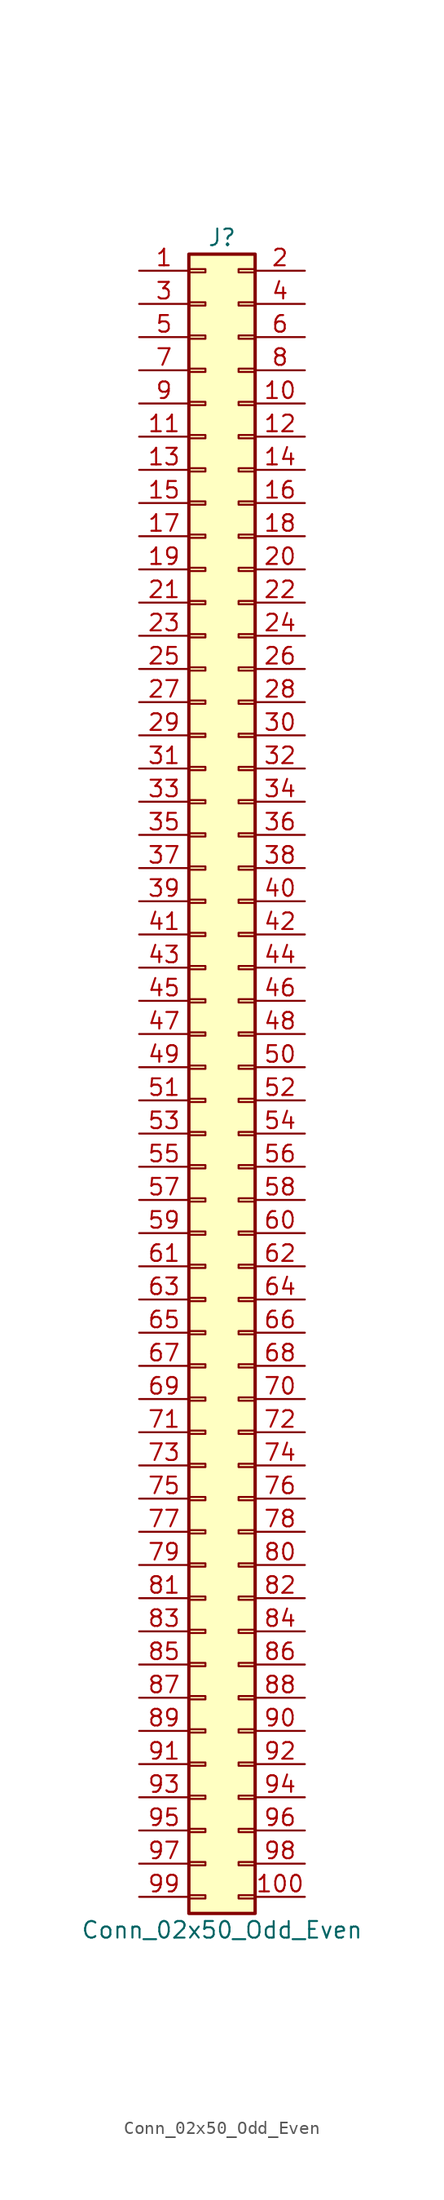
<source format=kicad_sym>
(kicad_symbol_lib
  (version 20231120)
  (generator "kicad_symbol_editor")
  (generator_version "8.0")
  (symbol "Conn_02x50_Odd_Even"
    (pin_names
      (offset 1.016) hide)
    (property "Reference" "J"
      (at 1.27 63.5 0)
      (effects (font (size 1.27 1.27))))
    (property "Value" "Conn_02x50_Odd_Even"
      (at 1.27 -66.04 0)
      (effects (font (size 1.27 1.27))))
    (property "ki_locked" ""
      (at 0 0 0)
      (effects (font (size 1.27 1.27))))
    (symbol "Conn_02x50_Odd_Even_1_1"
      (rectangle (start -1.27 -63.373) (end 0 -63.627) (stroke (width 0.152) (type default)) (fill (type none)))
      (rectangle (start -1.27 -60.833) (end 0 -61.087) (stroke (width 0.152) (type default)) (fill (type none)))
      (rectangle (start -1.27 -58.293) (end 0 -58.547) (stroke (width 0.152) (type default)) (fill (type none)))
      (rectangle (start -1.27 -55.753) (end 0 -56.007) (stroke (width 0.152) (type default)) (fill (type none)))
      (rectangle (start -1.27 -53.213) (end 0 -53.467) (stroke (width 0.152) (type default)) (fill (type none)))
      (rectangle (start -1.27 -50.673) (end 0 -50.927) (stroke (width 0.152) (type default)) (fill (type none)))
      (rectangle (start -1.27 -48.133) (end 0 -48.387) (stroke (width 0.152) (type default)) (fill (type none)))
      (rectangle (start -1.27 -45.593) (end 0 -45.847) (stroke (width 0.152) (type default)) (fill (type none)))
      (rectangle (start -1.27 -43.053) (end 0 -43.307) (stroke (width 0.152) (type default)) (fill (type none)))
      (rectangle (start -1.27 -40.513) (end 0 -40.767) (stroke (width 0.152) (type default)) (fill (type none)))
      (rectangle (start -1.27 -37.973) (end 0 -38.227) (stroke (width 0.152) (type default)) (fill (type none)))
      (rectangle (start -1.27 -35.433) (end 0 -35.687) (stroke (width 0.152) (type default)) (fill (type none)))
      (rectangle (start -1.27 -32.893) (end 0 -33.147) (stroke (width 0.152) (type default)) (fill (type none)))
      (rectangle (start -1.27 -30.353) (end 0 -30.607) (stroke (width 0.152) (type default)) (fill (type none)))
      (rectangle (start -1.27 -27.813) (end 0 -28.067) (stroke (width 0.152) (type default)) (fill (type none)))
      (rectangle (start -1.27 -25.273) (end 0 -25.527) (stroke (width 0.152) (type default)) (fill (type none)))
      (rectangle (start -1.27 -22.733) (end 0 -22.987) (stroke (width 0.152) (type default)) (fill (type none)))
      (rectangle (start -1.27 -20.193) (end 0 -20.447) (stroke (width 0.152) (type default)) (fill (type none)))
      (rectangle (start -1.27 -17.653) (end 0 -17.907) (stroke (width 0.152) (type default)) (fill (type none)))
      (rectangle (start -1.27 -15.113) (end 0 -15.367) (stroke (width 0.152) (type default)) (fill (type none)))
      (rectangle (start -1.27 -12.573) (end 0 -12.827) (stroke (width 0.152) (type default)) (fill (type none)))
      (rectangle (start -1.27 -10.033) (end 0 -10.287) (stroke (width 0.152) (type default)) (fill (type none)))
      (rectangle (start -1.27 -7.493) (end 0 -7.747) (stroke (width 0.152) (type default)) (fill (type none)))
      (rectangle (start -1.27 -4.953) (end 0 -5.207) (stroke (width 0.152) (type default)) (fill (type none)))
      (rectangle (start -1.27 -2.413) (end 0 -2.667) (stroke (width 0.152) (type default)) (fill (type none)))
      (rectangle (start -1.27 0.127) (end 0 -0.127) (stroke (width 0.152) (type default)) (fill (type none)))
      (rectangle (start -1.27 2.667) (end 0 2.413) (stroke (width 0.152) (type default)) (fill (type none)))
      (rectangle (start -1.27 5.207) (end 0 4.953) (stroke (width 0.152) (type default)) (fill (type none)))
      (rectangle (start -1.27 7.747) (end 0 7.493) (stroke (width 0.152) (type default)) (fill (type none)))
      (rectangle (start -1.27 10.287) (end 0 10.033) (stroke (width 0.152) (type default)) (fill (type none)))
      (rectangle (start -1.27 12.827) (end 0 12.573) (stroke (width 0.152) (type default)) (fill (type none)))
      (rectangle (start -1.27 15.367) (end 0 15.113) (stroke (width 0.152) (type default)) (fill (type none)))
      (rectangle (start -1.27 17.907) (end 0 17.653) (stroke (width 0.152) (type default)) (fill (type none)))
      (rectangle (start -1.27 20.447) (end 0 20.193) (stroke (width 0.152) (type default)) (fill (type none)))
      (rectangle (start -1.27 22.987) (end 0 22.733) (stroke (width 0.152) (type default)) (fill (type none)))
      (rectangle (start -1.27 25.527) (end 0 25.273) (stroke (width 0.152) (type default)) (fill (type none)))
      (rectangle (start -1.27 28.067) (end 0 27.813) (stroke (width 0.152) (type default)) (fill (type none)))
      (rectangle (start -1.27 30.607) (end 0 30.353) (stroke (width 0.152) (type default)) (fill (type none)))
      (rectangle (start -1.27 33.147) (end 0 32.893) (stroke (width 0.152) (type default)) (fill (type none)))
      (rectangle (start -1.27 35.687) (end 0 35.433) (stroke (width 0.152) (type default)) (fill (type none)))
      (rectangle (start -1.27 38.227) (end 0 37.973) (stroke (width 0.152) (type default)) (fill (type none)))
      (rectangle (start -1.27 40.767) (end 0 40.513) (stroke (width 0.152) (type default)) (fill (type none)))
      (rectangle (start -1.27 43.307) (end 0 43.053) (stroke (width 0.152) (type default)) (fill (type none)))
      (rectangle (start -1.27 45.847) (end 0 45.593) (stroke (width 0.152) (type default)) (fill (type none)))
      (rectangle (start -1.27 48.387) (end 0 48.133) (stroke (width 0.152) (type default)) (fill (type none)))
      (rectangle (start -1.27 50.927) (end 0 50.673) (stroke (width 0.152) (type default)) (fill (type none)))
      (rectangle (start -1.27 53.467) (end 0 53.213) (stroke (width 0.152) (type default)) (fill (type none)))
      (rectangle (start -1.27 56.007) (end 0 55.753) (stroke (width 0.152) (type default)) (fill (type none)))
      (rectangle (start -1.27 58.547) (end 0 58.293) (stroke (width 0.152) (type default)) (fill (type none)))
      (rectangle (start -1.27 61.087) (end 0 60.833) (stroke (width 0.152) (type default)) (fill (type none)))
      (rectangle (start -1.27 62.23) (end 3.81 -64.77) (stroke (width 0.254) (type default)) (fill (type background)))
      (rectangle (start 3.81 -63.373) (end 2.54 -63.627) (stroke (width 0.152) (type default)) (fill (type none)))
      (rectangle (start 3.81 -60.833) (end 2.54 -61.087) (stroke (width 0.152) (type default)) (fill (type none)))
      (rectangle (start 3.81 -58.293) (end 2.54 -58.547) (stroke (width 0.152) (type default)) (fill (type none)))
      (rectangle (start 3.81 -55.753) (end 2.54 -56.007) (stroke (width 0.152) (type default)) (fill (type none)))
      (rectangle (start 3.81 -53.213) (end 2.54 -53.467) (stroke (width 0.152) (type default)) (fill (type none)))
      (rectangle (start 3.81 -50.673) (end 2.54 -50.927) (stroke (width 0.152) (type default)) (fill (type none)))
      (rectangle (start 3.81 -48.133) (end 2.54 -48.387) (stroke (width 0.152) (type default)) (fill (type none)))
      (rectangle (start 3.81 -45.593) (end 2.54 -45.847) (stroke (width 0.152) (type default)) (fill (type none)))
      (rectangle (start 3.81 -43.053) (end 2.54 -43.307) (stroke (width 0.152) (type default)) (fill (type none)))
      (rectangle (start 3.81 -40.513) (end 2.54 -40.767) (stroke (width 0.152) (type default)) (fill (type none)))
      (rectangle (start 3.81 -37.973) (end 2.54 -38.227) (stroke (width 0.152) (type default)) (fill (type none)))
      (rectangle (start 3.81 -35.433) (end 2.54 -35.687) (stroke (width 0.152) (type default)) (fill (type none)))
      (rectangle (start 3.81 -32.893) (end 2.54 -33.147) (stroke (width 0.152) (type default)) (fill (type none)))
      (rectangle (start 3.81 -30.353) (end 2.54 -30.607) (stroke (width 0.152) (type default)) (fill (type none)))
      (rectangle (start 3.81 -27.813) (end 2.54 -28.067) (stroke (width 0.152) (type default)) (fill (type none)))
      (rectangle (start 3.81 -25.273) (end 2.54 -25.527) (stroke (width 0.152) (type default)) (fill (type none)))
      (rectangle (start 3.81 -22.733) (end 2.54 -22.987) (stroke (width 0.152) (type default)) (fill (type none)))
      (rectangle (start 3.81 -20.193) (end 2.54 -20.447) (stroke (width 0.152) (type default)) (fill (type none)))
      (rectangle (start 3.81 -17.653) (end 2.54 -17.907) (stroke (width 0.152) (type default)) (fill (type none)))
      (rectangle (start 3.81 -15.113) (end 2.54 -15.367) (stroke (width 0.152) (type default)) (fill (type none)))
      (rectangle (start 3.81 -12.573) (end 2.54 -12.827) (stroke (width 0.152) (type default)) (fill (type none)))
      (rectangle (start 3.81 -10.033) (end 2.54 -10.287) (stroke (width 0.152) (type default)) (fill (type none)))
      (rectangle (start 3.81 -7.493) (end 2.54 -7.747) (stroke (width 0.152) (type default)) (fill (type none)))
      (rectangle (start 3.81 -4.953) (end 2.54 -5.207) (stroke (width 0.152) (type default)) (fill (type none)))
      (rectangle (start 3.81 -2.413) (end 2.54 -2.667) (stroke (width 0.152) (type default)) (fill (type none)))
      (rectangle (start 3.81 0.127) (end 2.54 -0.127) (stroke (width 0.152) (type default)) (fill (type none)))
      (rectangle (start 3.81 2.667) (end 2.54 2.413) (stroke (width 0.152) (type default)) (fill (type none)))
      (rectangle (start 3.81 5.207) (end 2.54 4.953) (stroke (width 0.152) (type default)) (fill (type none)))
      (rectangle (start 3.81 7.747) (end 2.54 7.493) (stroke (width 0.152) (type default)) (fill (type none)))
      (rectangle (start 3.81 10.287) (end 2.54 10.033) (stroke (width 0.152) (type default)) (fill (type none)))
      (rectangle (start 3.81 12.827) (end 2.54 12.573) (stroke (width 0.152) (type default)) (fill (type none)))
      (rectangle (start 3.81 15.367) (end 2.54 15.113) (stroke (width 0.152) (type default)) (fill (type none)))
      (rectangle (start 3.81 17.907) (end 2.54 17.653) (stroke (width 0.152) (type default)) (fill (type none)))
      (rectangle (start 3.81 20.447) (end 2.54 20.193) (stroke (width 0.152) (type default)) (fill (type none)))
      (rectangle (start 3.81 22.987) (end 2.54 22.733) (stroke (width 0.152) (type default)) (fill (type none)))
      (rectangle (start 3.81 25.527) (end 2.54 25.273) (stroke (width 0.152) (type default)) (fill (type none)))
      (rectangle (start 3.81 28.067) (end 2.54 27.813) (stroke (width 0.152) (type default)) (fill (type none)))
      (rectangle (start 3.81 30.607) (end 2.54 30.353) (stroke (width 0.152) (type default)) (fill (type none)))
      (rectangle (start 3.81 33.147) (end 2.54 32.893) (stroke (width 0.152) (type default)) (fill (type none)))
      (rectangle (start 3.81 35.687) (end 2.54 35.433) (stroke (width 0.152) (type default)) (fill (type none)))
      (rectangle (start 3.81 38.227) (end 2.54 37.973) (stroke (width 0.152) (type default)) (fill (type none)))
      (rectangle (start 3.81 40.767) (end 2.54 40.513) (stroke (width 0.152) (type default)) (fill (type none)))
      (rectangle (start 3.81 43.307) (end 2.54 43.053) (stroke (width 0.152) (type default)) (fill (type none)))
      (rectangle (start 3.81 45.847) (end 2.54 45.593) (stroke (width 0.152) (type default)) (fill (type none)))
      (rectangle (start 3.81 48.387) (end 2.54 48.133) (stroke (width 0.152) (type default)) (fill (type none)))
      (rectangle (start 3.81 50.927) (end 2.54 50.673) (stroke (width 0.152) (type default)) (fill (type none)))
      (rectangle (start 3.81 53.467) (end 2.54 53.213) (stroke (width 0.152) (type default)) (fill (type none)))
      (rectangle (start 3.81 56.007) (end 2.54 55.753) (stroke (width 0.152) (type default)) (fill (type none)))
      (rectangle (start 3.81 58.547) (end 2.54 58.293) (stroke (width 0.152) (type default)) (fill (type none)))
      (rectangle (start 3.81 61.087) (end 2.54 60.833) (stroke (width 0.152) (type default)) (fill (type none)))
      (pin passive line (at -5.08 60.96 0) (length 3.81) (name "1" (effects (font (size 1.27 1.27)))) (number "1" (effects (font (size 1.27 1.27)))))
      (pin passive line (at 7.62 50.8 180) (length 3.81) (name "10" (effects (font (size 1.27 1.27)))) (number "10" (effects (font (size 1.27 1.27)))))
      (pin passive line (at 7.62 -63.5 180) (length 3.81) (name "100" (effects (font (size 1.27 1.27)))) (number "100" (effects (font (size 1.27 1.27)))))
      (pin passive line (at -5.08 48.26 0) (length 3.81) (name "11" (effects (font (size 1.27 1.27)))) (number "11" (effects (font (size 1.27 1.27)))))
      (pin passive line (at 7.62 48.26 180) (length 3.81) (name "12" (effects (font (size 1.27 1.27)))) (number "12" (effects (font (size 1.27 1.27)))))
      (pin passive line (at -5.08 45.72 0) (length 3.81) (name "13" (effects (font (size 1.27 1.27)))) (number "13" (effects (font (size 1.27 1.27)))))
      (pin passive line (at 7.62 45.72 180) (length 3.81) (name "14" (effects (font (size 1.27 1.27)))) (number "14" (effects (font (size 1.27 1.27)))))
      (pin passive line (at -5.08 43.18 0) (length 3.81) (name "15" (effects (font (size 1.27 1.27)))) (number "15" (effects (font (size 1.27 1.27)))))
      (pin passive line (at 7.62 43.18 180) (length 3.81) (name "16" (effects (font (size 1.27 1.27)))) (number "16" (effects (font (size 1.27 1.27)))))
      (pin passive line (at -5.08 40.64 0) (length 3.81) (name "17" (effects (font (size 1.27 1.27)))) (number "17" (effects (font (size 1.27 1.27)))))
      (pin passive line (at 7.62 40.64 180) (length 3.81) (name "18" (effects (font (size 1.27 1.27)))) (number "18" (effects (font (size 1.27 1.27)))))
      (pin passive line (at -5.08 38.1 0) (length 3.81) (name "19" (effects (font (size 1.27 1.27)))) (number "19" (effects (font (size 1.27 1.27)))))
      (pin passive line (at 7.62 60.96 180) (length 3.81) (name "2" (effects (font (size 1.27 1.27)))) (number "2" (effects (font (size 1.27 1.27)))))
      (pin passive line (at 7.62 38.1 180) (length 3.81) (name "20" (effects (font (size 1.27 1.27)))) (number "20" (effects (font (size 1.27 1.27)))))
      (pin passive line (at -5.08 35.56 0) (length 3.81) (name "21" (effects (font (size 1.27 1.27)))) (number "21" (effects (font (size 1.27 1.27)))))
      (pin passive line (at 7.62 35.56 180) (length 3.81) (name "22" (effects (font (size 1.27 1.27)))) (number "22" (effects (font (size 1.27 1.27)))))
      (pin passive line (at -5.08 33.02 0) (length 3.81) (name "23" (effects (font (size 1.27 1.27)))) (number "23" (effects (font (size 1.27 1.27)))))
      (pin passive line (at 7.62 33.02 180) (length 3.81) (name "24" (effects (font (size 1.27 1.27)))) (number "24" (effects (font (size 1.27 1.27)))))
      (pin passive line (at -5.08 30.48 0) (length 3.81) (name "25" (effects (font (size 1.27 1.27)))) (number "25" (effects (font (size 1.27 1.27)))))
      (pin passive line (at 7.62 30.48 180) (length 3.81) (name "26" (effects (font (size 1.27 1.27)))) (number "26" (effects (font (size 1.27 1.27)))))
      (pin passive line (at -5.08 27.94 0) (length 3.81) (name "27" (effects (font (size 1.27 1.27)))) (number "27" (effects (font (size 1.27 1.27)))))
      (pin passive line (at 7.62 27.94 180) (length 3.81) (name "28" (effects (font (size 1.27 1.27)))) (number "28" (effects (font (size 1.27 1.27)))))
      (pin passive line (at -5.08 25.4 0) (length 3.81) (name "29" (effects (font (size 1.27 1.27)))) (number "29" (effects (font (size 1.27 1.27)))))
      (pin passive line (at -5.08 58.42 0) (length 3.81) (name "3" (effects (font (size 1.27 1.27)))) (number "3" (effects (font (size 1.27 1.27)))))
      (pin passive line (at 7.62 25.4 180) (length 3.81) (name "30" (effects (font (size 1.27 1.27)))) (number "30" (effects (font (size 1.27 1.27)))))
      (pin passive line (at -5.08 22.86 0) (length 3.81) (name "31" (effects (font (size 1.27 1.27)))) (number "31" (effects (font (size 1.27 1.27)))))
      (pin passive line (at 7.62 22.86 180) (length 3.81) (name "32" (effects (font (size 1.27 1.27)))) (number "32" (effects (font (size 1.27 1.27)))))
      (pin passive line (at -5.08 20.32 0) (length 3.81) (name "33" (effects (font (size 1.27 1.27)))) (number "33" (effects (font (size 1.27 1.27)))))
      (pin passive line (at 7.62 20.32 180) (length 3.81) (name "34" (effects (font (size 1.27 1.27)))) (number "34" (effects (font (size 1.27 1.27)))))
      (pin passive line (at -5.08 17.78 0) (length 3.81) (name "35" (effects (font (size 1.27 1.27)))) (number "35" (effects (font (size 1.27 1.27)))))
      (pin passive line (at 7.62 17.78 180) (length 3.81) (name "36" (effects (font (size 1.27 1.27)))) (number "36" (effects (font (size 1.27 1.27)))))
      (pin passive line (at -5.08 15.24 0) (length 3.81) (name "37" (effects (font (size 1.27 1.27)))) (number "37" (effects (font (size 1.27 1.27)))))
      (pin passive line (at 7.62 15.24 180) (length 3.81) (name "38" (effects (font (size 1.27 1.27)))) (number "38" (effects (font (size 1.27 1.27)))))
      (pin passive line (at -5.08 12.7 0) (length 3.81) (name "39" (effects (font (size 1.27 1.27)))) (number "39" (effects (font (size 1.27 1.27)))))
      (pin passive line (at 7.62 58.42 180) (length 3.81) (name "4" (effects (font (size 1.27 1.27)))) (number "4" (effects (font (size 1.27 1.27)))))
      (pin passive line (at 7.62 12.7 180) (length 3.81) (name "40" (effects (font (size 1.27 1.27)))) (number "40" (effects (font (size 1.27 1.27)))))
      (pin passive line (at -5.08 10.16 0) (length 3.81) (name "41" (effects (font (size 1.27 1.27)))) (number "41" (effects (font (size 1.27 1.27)))))
      (pin passive line (at 7.62 10.16 180) (length 3.81) (name "42" (effects (font (size 1.27 1.27)))) (number "42" (effects (font (size 1.27 1.27)))))
      (pin passive line (at -5.08 7.62 0) (length 3.81) (name "43" (effects (font (size 1.27 1.27)))) (number "43" (effects (font (size 1.27 1.27)))))
      (pin passive line (at 7.62 7.62 180) (length 3.81) (name "44" (effects (font (size 1.27 1.27)))) (number "44" (effects (font (size 1.27 1.27)))))
      (pin passive line (at -5.08 5.08 0) (length 3.81) (name "45" (effects (font (size 1.27 1.27)))) (number "45" (effects (font (size 1.27 1.27)))))
      (pin passive line (at 7.62 5.08 180) (length 3.81) (name "46" (effects (font (size 1.27 1.27)))) (number "46" (effects (font (size 1.27 1.27)))))
      (pin passive line (at -5.08 2.54 0) (length 3.81) (name "47" (effects (font (size 1.27 1.27)))) (number "47" (effects (font (size 1.27 1.27)))))
      (pin passive line (at 7.62 2.54 180) (length 3.81) (name "48" (effects (font (size 1.27 1.27)))) (number "48" (effects (font (size 1.27 1.27)))))
      (pin passive line (at -5.08 0 0) (length 3.81) (name "49" (effects (font (size 1.27 1.27)))) (number "49" (effects (font (size 1.27 1.27)))))
      (pin passive line (at -5.08 55.88 0) (length 3.81) (name "5" (effects (font (size 1.27 1.27)))) (number "5" (effects (font (size 1.27 1.27)))))
      (pin passive line (at 7.62 0 180) (length 3.81) (name "50" (effects (font (size 1.27 1.27)))) (number "50" (effects (font (size 1.27 1.27)))))
      (pin passive line (at -5.08 -2.54 0) (length 3.81) (name "51" (effects (font (size 1.27 1.27)))) (number "51" (effects (font (size 1.27 1.27)))))
      (pin passive line (at 7.62 -2.54 180) (length 3.81) (name "52" (effects (font (size 1.27 1.27)))) (number "52" (effects (font (size 1.27 1.27)))))
      (pin passive line (at -5.08 -5.08 0) (length 3.81) (name "53" (effects (font (size 1.27 1.27)))) (number "53" (effects (font (size 1.27 1.27)))))
      (pin passive line (at 7.62 -5.08 180) (length 3.81) (name "54" (effects (font (size 1.27 1.27)))) (number "54" (effects (font (size 1.27 1.27)))))
      (pin passive line (at -5.08 -7.62 0) (length 3.81) (name "55" (effects (font (size 1.27 1.27)))) (number "55" (effects (font (size 1.27 1.27)))))
      (pin passive line (at 7.62 -7.62 180) (length 3.81) (name "56" (effects (font (size 1.27 1.27)))) (number "56" (effects (font (size 1.27 1.27)))))
      (pin passive line (at -5.08 -10.16 0) (length 3.81) (name "57" (effects (font (size 1.27 1.27)))) (number "57" (effects (font (size 1.27 1.27)))))
      (pin passive line (at 7.62 -10.16 180) (length 3.81) (name "58" (effects (font (size 1.27 1.27)))) (number "58" (effects (font (size 1.27 1.27)))))
      (pin passive line (at -5.08 -12.7 0) (length 3.81) (name "59" (effects (font (size 1.27 1.27)))) (number "59" (effects (font (size 1.27 1.27)))))
      (pin passive line (at 7.62 55.88 180) (length 3.81) (name "6" (effects (font (size 1.27 1.27)))) (number "6" (effects (font (size 1.27 1.27)))))
      (pin passive line (at 7.62 -12.7 180) (length 3.81) (name "60" (effects (font (size 1.27 1.27)))) (number "60" (effects (font (size 1.27 1.27)))))
      (pin passive line (at -5.08 -15.24 0) (length 3.81) (name "61" (effects (font (size 1.27 1.27)))) (number "61" (effects (font (size 1.27 1.27)))))
      (pin passive line (at 7.62 -15.24 180) (length 3.81) (name "62" (effects (font (size 1.27 1.27)))) (number "62" (effects (font (size 1.27 1.27)))))
      (pin passive line (at -5.08 -17.78 0) (length 3.81) (name "63" (effects (font (size 1.27 1.27)))) (number "63" (effects (font (size 1.27 1.27)))))
      (pin passive line (at 7.62 -17.78 180) (length 3.81) (name "64" (effects (font (size 1.27 1.27)))) (number "64" (effects (font (size 1.27 1.27)))))
      (pin passive line (at -5.08 -20.32 0) (length 3.81) (name "65" (effects (font (size 1.27 1.27)))) (number "65" (effects (font (size 1.27 1.27)))))
      (pin passive line (at 7.62 -20.32 180) (length 3.81) (name "66" (effects (font (size 1.27 1.27)))) (number "66" (effects (font (size 1.27 1.27)))))
      (pin passive line (at -5.08 -22.86 0) (length 3.81) (name "67" (effects (font (size 1.27 1.27)))) (number "67" (effects (font (size 1.27 1.27)))))
      (pin passive line (at 7.62 -22.86 180) (length 3.81) (name "68" (effects (font (size 1.27 1.27)))) (number "68" (effects (font (size 1.27 1.27)))))
      (pin passive line (at -5.08 -25.4 0) (length 3.81) (name "69" (effects (font (size 1.27 1.27)))) (number "69" (effects (font (size 1.27 1.27)))))
      (pin passive line (at -5.08 53.34 0) (length 3.81) (name "7" (effects (font (size 1.27 1.27)))) (number "7" (effects (font (size 1.27 1.27)))))
      (pin passive line (at 7.62 -25.4 180) (length 3.81) (name "70" (effects (font (size 1.27 1.27)))) (number "70" (effects (font (size 1.27 1.27)))))
      (pin passive line (at -5.08 -27.94 0) (length 3.81) (name "71" (effects (font (size 1.27 1.27)))) (number "71" (effects (font (size 1.27 1.27)))))
      (pin passive line (at 7.62 -27.94 180) (length 3.81) (name "72" (effects (font (size 1.27 1.27)))) (number "72" (effects (font (size 1.27 1.27)))))
      (pin passive line (at -5.08 -30.48 0) (length 3.81) (name "73" (effects (font (size 1.27 1.27)))) (number "73" (effects (font (size 1.27 1.27)))))
      (pin passive line (at 7.62 -30.48 180) (length 3.81) (name "74" (effects (font (size 1.27 1.27)))) (number "74" (effects (font (size 1.27 1.27)))))
      (pin passive line (at -5.08 -33.02 0) (length 3.81) (name "75" (effects (font (size 1.27 1.27)))) (number "75" (effects (font (size 1.27 1.27)))))
      (pin passive line (at 7.62 -33.02 180) (length 3.81) (name "76" (effects (font (size 1.27 1.27)))) (number "76" (effects (font (size 1.27 1.27)))))
      (pin passive line (at -5.08 -35.56 0) (length 3.81) (name "77" (effects (font (size 1.27 1.27)))) (number "77" (effects (font (size 1.27 1.27)))))
      (pin passive line (at 7.62 -35.56 180) (length 3.81) (name "78" (effects (font (size 1.27 1.27)))) (number "78" (effects (font (size 1.27 1.27)))))
      (pin passive line (at -5.08 -38.1 0) (length 3.81) (name "79" (effects (font (size 1.27 1.27)))) (number "79" (effects (font (size 1.27 1.27)))))
      (pin passive line (at 7.62 53.34 180) (length 3.81) (name "8" (effects (font (size 1.27 1.27)))) (number "8" (effects (font (size 1.27 1.27)))))
      (pin passive line (at 7.62 -38.1 180) (length 3.81) (name "80" (effects (font (size 1.27 1.27)))) (number "80" (effects (font (size 1.27 1.27)))))
      (pin passive line (at -5.08 -40.64 0) (length 3.81) (name "81" (effects (font (size 1.27 1.27)))) (number "81" (effects (font (size 1.27 1.27)))))
      (pin passive line (at 7.62 -40.64 180) (length 3.81) (name "82" (effects (font (size 1.27 1.27)))) (number "82" (effects (font (size 1.27 1.27)))))
      (pin passive line (at -5.08 -43.18 0) (length 3.81) (name "83" (effects (font (size 1.27 1.27)))) (number "83" (effects (font (size 1.27 1.27)))))
      (pin passive line (at 7.62 -43.18 180) (length 3.81) (name "84" (effects (font (size 1.27 1.27)))) (number "84" (effects (font (size 1.27 1.27)))))
      (pin passive line (at -5.08 -45.72 0) (length 3.81) (name "85" (effects (font (size 1.27 1.27)))) (number "85" (effects (font (size 1.27 1.27)))))
      (pin passive line (at 7.62 -45.72 180) (length 3.81) (name "86" (effects (font (size 1.27 1.27)))) (number "86" (effects (font (size 1.27 1.27)))))
      (pin passive line (at -5.08 -48.26 0) (length 3.81) (name "87" (effects (font (size 1.27 1.27)))) (number "87" (effects (font (size 1.27 1.27)))))
      (pin passive line (at 7.62 -48.26 180) (length 3.81) (name "88" (effects (font (size 1.27 1.27)))) (number "88" (effects (font (size 1.27 1.27)))))
      (pin passive line (at -5.08 -50.8 0) (length 3.81) (name "89" (effects (font (size 1.27 1.27)))) (number "89" (effects (font (size 1.27 1.27)))))
      (pin passive line (at -5.08 50.8 0) (length 3.81) (name "9" (effects (font (size 1.27 1.27)))) (number "9" (effects (font (size 1.27 1.27)))))
      (pin passive line (at 7.62 -50.8 180) (length 3.81) (name "90" (effects (font (size 1.27 1.27)))) (number "90" (effects (font (size 1.27 1.27)))))
      (pin passive line (at -5.08 -53.34 0) (length 3.81) (name "91" (effects (font (size 1.27 1.27)))) (number "91" (effects (font (size 1.27 1.27)))))
      (pin passive line (at 7.62 -53.34 180) (length 3.81) (name "92" (effects (font (size 1.27 1.27)))) (number "92" (effects (font (size 1.27 1.27)))))
      (pin passive line (at -5.08 -55.88 0) (length 3.81) (name "93" (effects (font (size 1.27 1.27)))) (number "93" (effects (font (size 1.27 1.27)))))
      (pin passive line (at 7.62 -55.88 180) (length 3.81) (name "94" (effects (font (size 1.27 1.27)))) (number "94" (effects (font (size 1.27 1.27)))))
      (pin passive line (at -5.08 -58.42 0) (length 3.81) (name "95" (effects (font (size 1.27 1.27)))) (number "95" (effects (font (size 1.27 1.27)))))
      (pin passive line (at 7.62 -58.42 180) (length 3.81) (name "96" (effects (font (size 1.27 1.27)))) (number "96" (effects (font (size 1.27 1.27)))))
      (pin passive line (at -5.08 -60.96 0) (length 3.81) (name "97" (effects (font (size 1.27 1.27)))) (number "97" (effects (font (size 1.27 1.27)))))
      (pin passive line (at 7.62 -60.96 180) (length 3.81) (name "98" (effects (font (size 1.27 1.27)))) (number "98" (effects (font (size 1.27 1.27)))))
      (pin passive line (at -5.08 -63.5 0) (length 3.81) (name "99" (effects (font (size 1.27 1.27)))) (number "99" (effects (font (size 1.27 1.27))))))))
</source>
